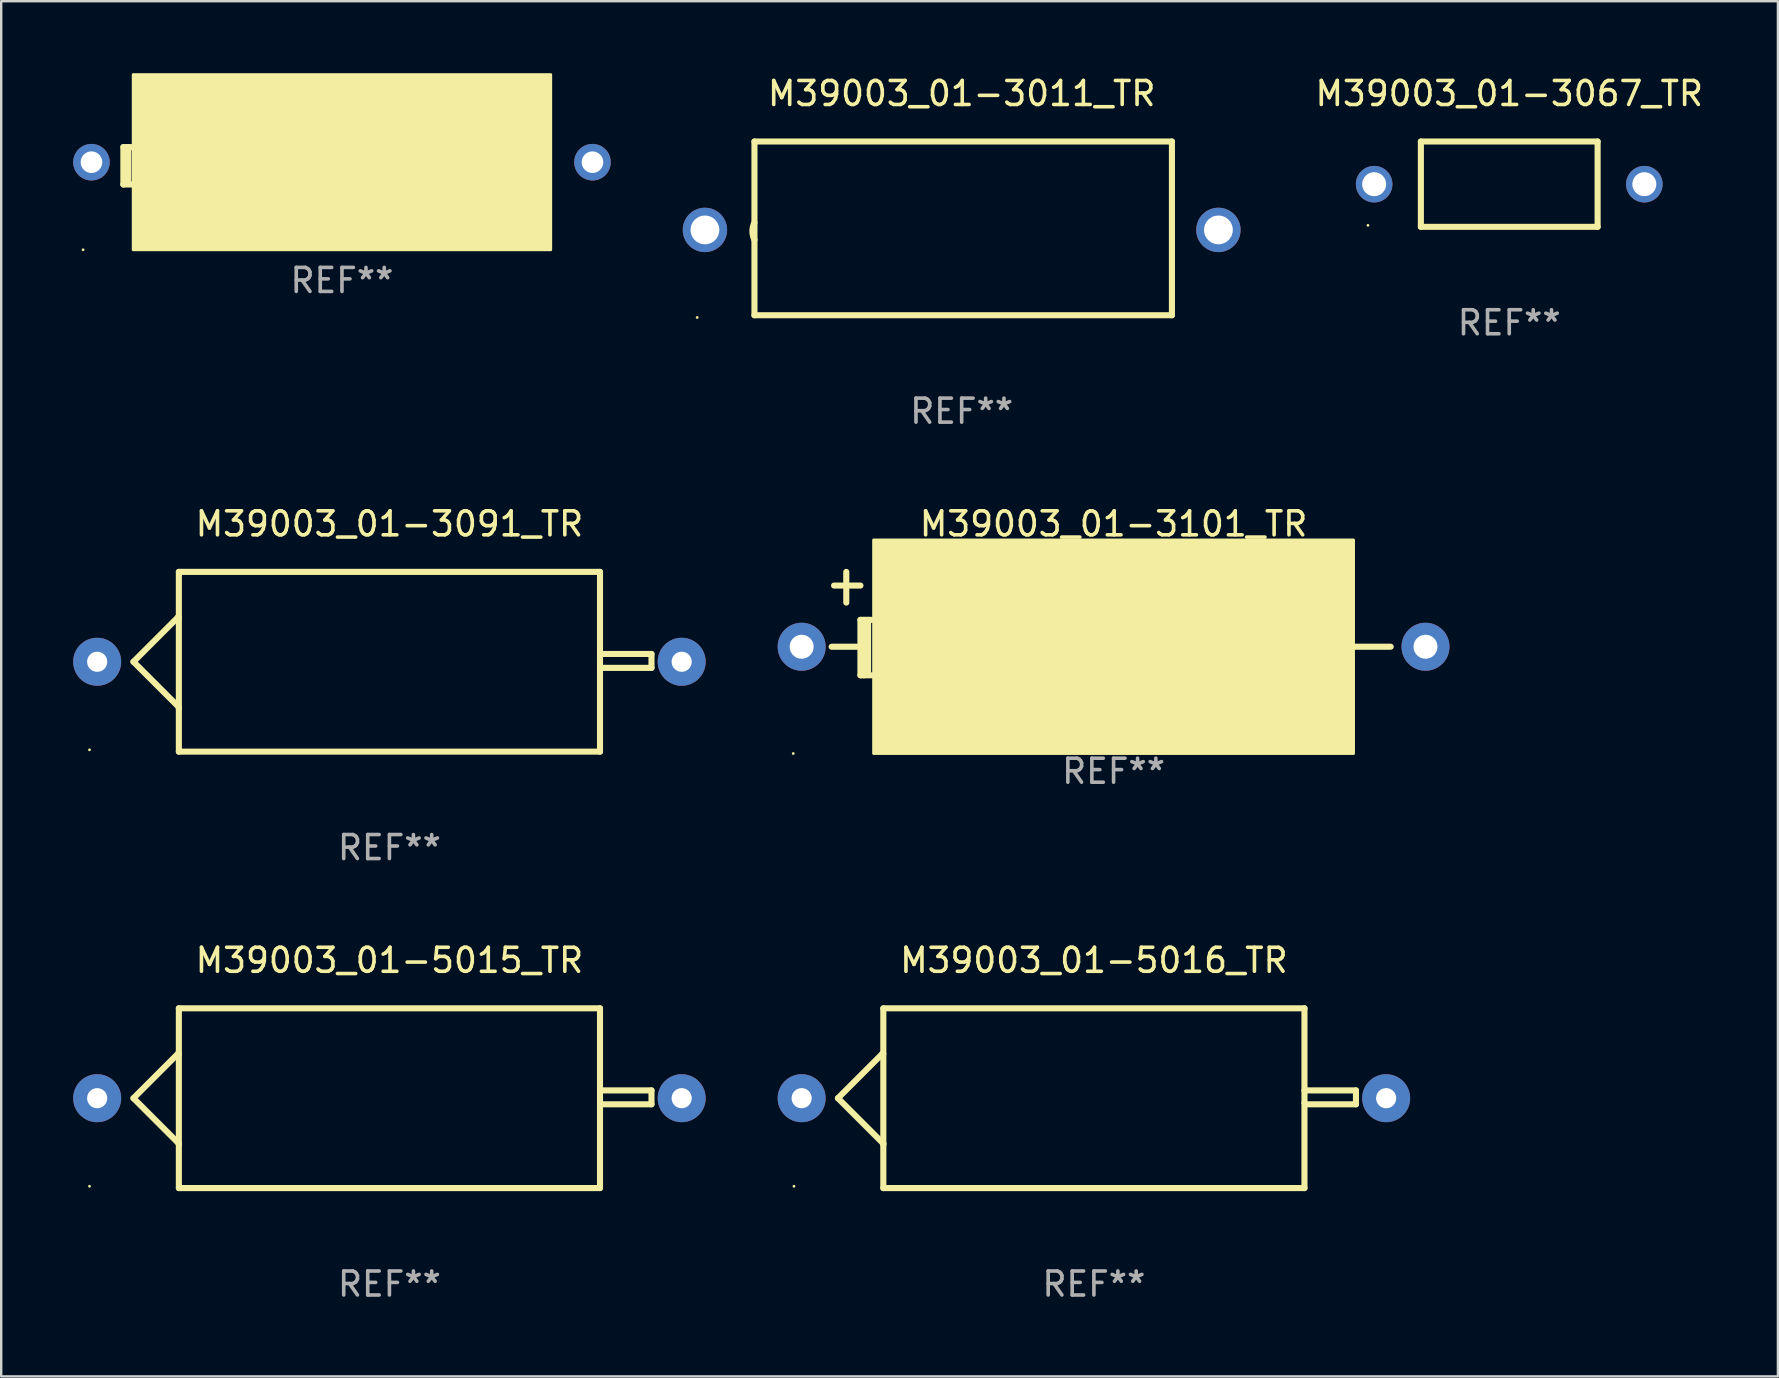
<source format=kicad_pcb>
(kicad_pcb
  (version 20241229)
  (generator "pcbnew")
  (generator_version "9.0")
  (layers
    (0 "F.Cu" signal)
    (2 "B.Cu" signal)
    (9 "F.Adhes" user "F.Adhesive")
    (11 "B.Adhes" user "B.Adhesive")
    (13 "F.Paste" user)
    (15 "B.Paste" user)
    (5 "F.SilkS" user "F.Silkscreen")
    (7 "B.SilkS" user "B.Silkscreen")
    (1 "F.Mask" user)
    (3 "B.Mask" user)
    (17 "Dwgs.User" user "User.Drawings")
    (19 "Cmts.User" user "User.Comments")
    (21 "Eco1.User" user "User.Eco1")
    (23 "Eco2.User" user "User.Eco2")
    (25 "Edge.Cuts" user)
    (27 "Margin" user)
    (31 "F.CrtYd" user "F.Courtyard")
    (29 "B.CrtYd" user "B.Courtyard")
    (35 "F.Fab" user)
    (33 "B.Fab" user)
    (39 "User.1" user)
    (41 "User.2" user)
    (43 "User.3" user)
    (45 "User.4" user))
  (footprint "M39003_01-5016_TR"
    (layer "F.Cu")
    (at 42.54 42.719)
    (property "Reference" "M39003_01-5016_TR" (at 0 -5.746 0) (layer "F.SilkS") (effects (font (size 1 1) (thickness 0.15))))
    (attr through_hole)
    (fp_line (start -10.668 0) (end -8.776 1.892) (stroke (width 0.254) (type solid)) (layer "F.SilkS"))
    (fp_line (start -8.821 -1.847) (end -10.668 0) (stroke (width 0.254) (type solid)) (layer "F.SilkS"))
    (fp_line (start -8.776 -1.847) (end -8.821 -1.847) (stroke (width 0.254) (type solid)) (layer "F.SilkS"))
    (fp_line (start -8.776 1.892) (end -8.776 1.943) (stroke (width 0.254) (type solid)) (layer "F.SilkS"))
    (fp_line (start -8.776 -3.746) (end 8.776 -3.746) (stroke (width 0.254) (type solid)) (layer "F.SilkS"))
    (fp_line (start -8.776 3.746) (end -8.776 -3.746) (stroke (width 0.254) (type solid)) (layer "F.SilkS"))
    (fp_line (start 8.776 -3.746) (end 8.776 3.746) (stroke (width 0.254) (type solid)) (layer "F.SilkS"))
    (fp_line (start 8.776 -0.325) (end 10.922 -0.325) (stroke (width 0.254) (type solid)) (layer "F.SilkS"))
    (fp_line (start 8.776 3.746) (end -8.776 3.746) (stroke (width 0.254) (type solid)) (layer "F.SilkS"))
    (fp_line (start 8.831 0.254) (end 8.776 0.199) (stroke (width 0.254) (type solid)) (layer "F.SilkS"))
    (fp_line (start 10.922 -0.325) (end 10.922 0.254) (stroke (width 0.254) (type solid)) (layer "F.SilkS"))
    (fp_line (start 10.922 0.254) (end 8.831 0.254) (stroke (width 0.254) (type solid)) (layer "F.SilkS"))
    (fp_circle (center -12.5 3.67) (end -12.47 3.67) (stroke (width 0.06) (type solid)) (fill no) (layer "F.SilkS"))
    (fp_text user "+" (at -8.323 0.924 0) (layer "B.Mask") (effects (font (size 1 1) (thickness 0.15))))
    (fp_text user "REF**" (at 0 7.746 0) (layer "F.Fab") (effects (font (size 1 1) (thickness 0.15))))
    (pad "1" thru_hole circle (at -12.18 0) (size 2 2) (drill 0.84) (layers "*.Cu" "*.Mask"))
    (pad "2" thru_hole circle (at 12.18 0) (size 2 2) (drill 0.84) (layers "*.Cu" "*.Mask")))
  (footprint "M39003_01-3067_TR"
    (layer "F.Cu")
    (at 59.85 4.626)
    (property "Reference" "M39003_01-3067_TR" (at 0 -3.778 0) (layer "F.SilkS") (effects (font (size 1 1) (thickness 0.15))))
    (attr through_hole)
    (fp_line (start -3.683 -1.778) (end -3.683 1.778) (stroke (width 0.254) (type solid)) (layer "F.SilkS"))
    (fp_line (start -3.683 1.778) (end 3.683 1.778) (stroke (width 0.254) (type solid)) (layer "F.SilkS"))
    (fp_line (start 3.683 -1.778) (end -3.683 -1.778) (stroke (width 0.254) (type solid)) (layer "F.SilkS"))
    (fp_line (start 3.683 1.778) (end 3.683 -1.778) (stroke (width 0.254) (type solid)) (layer "F.SilkS"))
    (fp_circle (center -5.888 1.715) (end -5.858 1.715) (stroke (width 0.06) (type solid)) (fill no) (layer "F.SilkS"))
    (fp_text user "REF**" (at 0 5.778 0) (layer "F.Fab") (effects (font (size 1 1) (thickness 0.15))))
    (pad "1" thru_hole circle (at -5.63 0) (size 1.524 1.524) (drill 1) (layers "*.Cu" "*.Mask"))
    (pad "2" thru_hole circle (at 5.63 0) (size 1.524 1.524) (drill 1) (layers "*.Cu" "*.Mask")))
  (footprint "M39003_01-2981_TR"
    (layer "F.Cu")
    (at 11.202 3.86)
    (property "Reference" "M39003_01-2981_TR" (at 0 -2.78 0) (layer "F.SilkS") (effects (font (size 1 1) (thickness 0.15))))
    (attr through_hole)
    (fp_line (start -9.11 -0.78) (end -9.11 0.78) (stroke (width 0.254) (type solid)) (layer "F.SilkS"))
    (fp_line (start -9.11 0.78) (end -8.74 0.78) (stroke (width 0.254) (type solid)) (layer "F.SilkS"))
    (fp_line (start -8.904 -0.78) (end -8.904 0.65) (stroke (width 0.254) (type solid)) (layer "F.SilkS"))
    (fp_line (start -8.76 -0.78) (end -9.11 -0.78) (stroke (width 0.254) (type solid)) (layer "F.SilkS"))
    (fp_circle (center -10.79 3.5) (end -10.76 3.5) (stroke (width 0.06) (type solid)) (fill no) (layer "F.SilkS"))
    (fp_poly (pts (xy -8.7 -3.8) (xy 8.7 -3.8) (xy 8.7 3.5) (xy -8.7 3.5)) (stroke (width 0.12) (type solid)) (fill yes) (layer "F.SilkS"))
    (fp_text user "REF**" (at 0 4.78 0) (layer "F.Fab") (effects (font (size 1 1) (thickness 0.15))))
    (pad "1" thru_hole circle (at -10.44 -0.15) (size 1.524 1.524) (drill 0.9) (layers "*.Cu" "*.Mask"))
    (pad "2" thru_hole circle (at 10.44 -0.15) (size 1.524 1.524) (drill 0.9) (layers "*.Cu" "*.Mask")))
  (footprint "M39003_01-5015_TR"
    (layer "F.Cu")
    (at 13.18 42.719)
    (property "Reference" "M39003_01-5015_TR" (at 0 -5.746 0) (layer "F.SilkS") (effects (font (size 1 1) (thickness 0.15))))
    (attr through_hole)
    (fp_line (start -10.668 0) (end -8.776 1.892) (stroke (width 0.254) (type solid)) (layer "F.SilkS"))
    (fp_line (start -8.821 -1.847) (end -10.668 0) (stroke (width 0.254) (type solid)) (layer "F.SilkS"))
    (fp_line (start -8.776 -1.847) (end -8.821 -1.847) (stroke (width 0.254) (type solid)) (layer "F.SilkS"))
    (fp_line (start -8.776 1.892) (end -8.776 1.943) (stroke (width 0.254) (type solid)) (layer "F.SilkS"))
    (fp_line (start -8.776 -3.746) (end 8.776 -3.746) (stroke (width 0.254) (type solid)) (layer "F.SilkS"))
    (fp_line (start -8.776 3.746) (end -8.776 -3.746) (stroke (width 0.254) (type solid)) (layer "F.SilkS"))
    (fp_line (start 8.776 -3.746) (end 8.776 3.746) (stroke (width 0.254) (type solid)) (layer "F.SilkS"))
    (fp_line (start 8.776 -0.325) (end 10.922 -0.325) (stroke (width 0.254) (type solid)) (layer "F.SilkS"))
    (fp_line (start 8.776 3.746) (end -8.776 3.746) (stroke (width 0.254) (type solid)) (layer "F.SilkS"))
    (fp_line (start 8.831 0.254) (end 8.776 0.199) (stroke (width 0.254) (type solid)) (layer "F.SilkS"))
    (fp_line (start 10.922 -0.325) (end 10.922 0.254) (stroke (width 0.254) (type solid)) (layer "F.SilkS"))
    (fp_line (start 10.922 0.254) (end 8.831 0.254) (stroke (width 0.254) (type solid)) (layer "F.SilkS"))
    (fp_circle (center -12.5 3.67) (end -12.47 3.67) (stroke (width 0.06) (type solid)) (fill no) (layer "F.SilkS"))
    (fp_text user "+" (at -8.323 0.924 0) (layer "B.Mask") (effects (font (size 1 1) (thickness 0.15))))
    (fp_text user "REF**" (at 0 7.746 0) (layer "F.Fab") (effects (font (size 1 1) (thickness 0.15))))
    (pad "1" thru_hole circle (at -12.18 0) (size 2 2) (drill 0.84) (layers "*.Cu" "*.Mask"))
    (pad "2" thru_hole circle (at 12.18 0) (size 2 2) (drill 0.84) (layers "*.Cu" "*.Mask")))
  (footprint "M39003_01-3091_TR"
    (layer "F.Cu")
    (at 13.18 24.53)
    (property "Reference" "M39003_01-3091_TR" (at 0 -5.746 0) (layer "F.SilkS") (effects (font (size 1 1) (thickness 0.15))))
    (attr through_hole)
    (fp_line (start -10.668 0) (end -8.776 1.892) (stroke (width 0.254) (type solid)) (layer "F.SilkS"))
    (fp_line (start -8.821 -1.847) (end -10.668 0) (stroke (width 0.254) (type solid)) (layer "F.SilkS"))
    (fp_line (start -8.776 -1.847) (end -8.821 -1.847) (stroke (width 0.254) (type solid)) (layer "F.SilkS"))
    (fp_line (start -8.776 1.892) (end -8.776 1.943) (stroke (width 0.254) (type solid)) (layer "F.SilkS"))
    (fp_line (start -8.776 -3.746) (end 8.776 -3.746) (stroke (width 0.254) (type solid)) (layer "F.SilkS"))
    (fp_line (start -8.776 3.746) (end -8.776 -3.746) (stroke (width 0.254) (type solid)) (layer "F.SilkS"))
    (fp_line (start 8.776 -3.746) (end 8.776 3.746) (stroke (width 0.254) (type solid)) (layer "F.SilkS"))
    (fp_line (start 8.776 -0.325) (end 10.922 -0.325) (stroke (width 0.254) (type solid)) (layer "F.SilkS"))
    (fp_line (start 8.776 3.746) (end -8.776 3.746) (stroke (width 0.254) (type solid)) (layer "F.SilkS"))
    (fp_line (start 8.831 0.254) (end 8.776 0.199) (stroke (width 0.254) (type solid)) (layer "F.SilkS"))
    (fp_line (start 10.922 -0.325) (end 10.922 0.254) (stroke (width 0.254) (type solid)) (layer "F.SilkS"))
    (fp_line (start 10.922 0.254) (end 8.831 0.254) (stroke (width 0.254) (type solid)) (layer "F.SilkS"))
    (fp_circle (center -12.5 3.67) (end -12.47 3.67) (stroke (width 0.06) (type solid)) (fill no) (layer "F.SilkS"))
    (fp_text user "+" (at -8.323 0.924 0) (layer "B.Mask") (effects (font (size 1 1) (thickness 0.15))))
    (fp_text user "REF**" (at 0 7.746 0) (layer "F.Fab") (effects (font (size 1 1) (thickness 0.15))))
    (pad "1" thru_hole circle (at -12.18 0) (size 2 2) (drill 0.84) (layers "*.Cu" "*.Mask"))
    (pad "2" thru_hole circle (at 12.18 0) (size 2 2) (drill 0.84) (layers "*.Cu" "*.Mask")))
  (footprint "M39003_01-3011_TR"
    (layer "F.Cu")
    (at 37.029 6.468)
    (property "Reference" "M39003_01-3011_TR" (at 0 -5.62 0) (layer "F.SilkS") (effects (font (size 1 1) (thickness 0.15))))
    (attr through_hole)
    (fp_line (start -8.636 -3.62) (end -8.636 3.62) (stroke (width 0.254) (type solid)) (layer "F.SilkS"))
    (fp_line (start -8.636 3.62) (end 8.763 3.62) (stroke (width 0.254) (type solid)) (layer "F.SilkS"))
    (fp_line (start 8.763 -3.62) (end -8.636 -3.62) (stroke (width 0.254) (type solid)) (layer "F.SilkS"))
    (fp_line (start 8.763 3.62) (end 8.763 -3.62) (stroke (width 0.254) (type solid)) (layer "F.SilkS"))
    (fp_arc (start -8.636017 0.480061) (mid -8.72152 0.117869) (end -8.636017 -0.244323) (stroke (width 0.254001) (type solid)) (layer "F.SilkS"))
    (fp_circle (center -11.023 3.713) (end -10.993 3.713) (stroke (width 0.06) (type solid)) (fill no) (layer "F.SilkS"))
    (fp_text user "REF**" (at 0 7.62 0) (layer "F.Fab") (effects (font (size 1 1) (thickness 0.15))))
    (pad "1" thru_hole circle (at -10.7 0.064) (size 1.85 1.85) (drill 1.2) (layers "*.Cu" "*.Mask"))
    (pad "2" thru_hole circle (at 10.7 0.064) (size 1.85 1.85) (drill 1.2) (layers "*.Cu" "*.Mask")))
  (footprint "M39003_01-3101_TR"
    (layer "F.Cu")
    (at 43.36 22.939)
    (property "Reference" "M39003_01-3101_TR" (at 0 -4.155 0) (layer "F.SilkS") (effects (font (size 1 1) (thickness 0.15))))
    (attr through_hole)
    (fp_line (start -11.65 -1.585) (end -10.55 -1.585) (stroke (width 0.254) (type solid)) (layer "F.SilkS"))
    (fp_line (start -11.14 -2.155) (end -11.14 -0.875) (stroke (width 0.254) (type solid)) (layer "F.SilkS"))
    (fp_line (start -10.7 0.965) (end -11.75 0.965) (stroke (width 0.254) (type solid)) (layer "F.SilkS"))
    (fp_line (start -10.55 -0.155) (end -10.55 2.155) (stroke (width 0.254) (type solid)) (layer "F.SilkS"))
    (fp_line (start -10.55 2.155) (end -10.08 2.155) (stroke (width 0.254) (type solid)) (layer "F.SilkS"))
    (fp_line (start -10.396 -0.155) (end -10.396 2.155) (stroke (width 0.254) (type solid)) (layer "F.SilkS"))
    (fp_line (start -10.231 -0.155) (end -10.231 1.985) (stroke (width 0.254) (type solid)) (layer "F.SilkS"))
    (fp_line (start -10.08 -0.155) (end -10.55 -0.155) (stroke (width 0.254) (type solid)) (layer "F.SilkS"))
    (fp_line (start 10 0.965) (end 11.55 0.965) (stroke (width 0.254) (type solid)) (layer "F.SilkS"))
    (fp_circle (center -13.35 5.415) (end -13.32 5.415) (stroke (width 0.06) (type solid)) (fill no) (layer "F.SilkS"))
    (fp_poly (pts (xy -10 -3.485) (xy 10 -3.485) (xy 10 5.415) (xy -10 5.415)) (stroke (width 0.12) (type solid)) (fill yes) (layer "F.SilkS"))
    (fp_text user "REF**" (at 0 6.155 0) (layer "F.Fab") (effects (font (size 1 1) (thickness 0.15))))
    (pad "1" thru_hole circle (at -13 0.965) (size 2 2) (drill 1) (layers "*.Cu" "*.Mask"))
    (pad "2" thru_hole circle (at 13 0.965) (size 2 2) (drill 1) (layers "*.Cu" "*.Mask")))
  (gr_rect
    (start -3 -3)
    (end 71.047 54.313)
    (stroke (width 0.1) (type default))
    (fill no)
    (layer "Edge.Cuts")))
</source>
